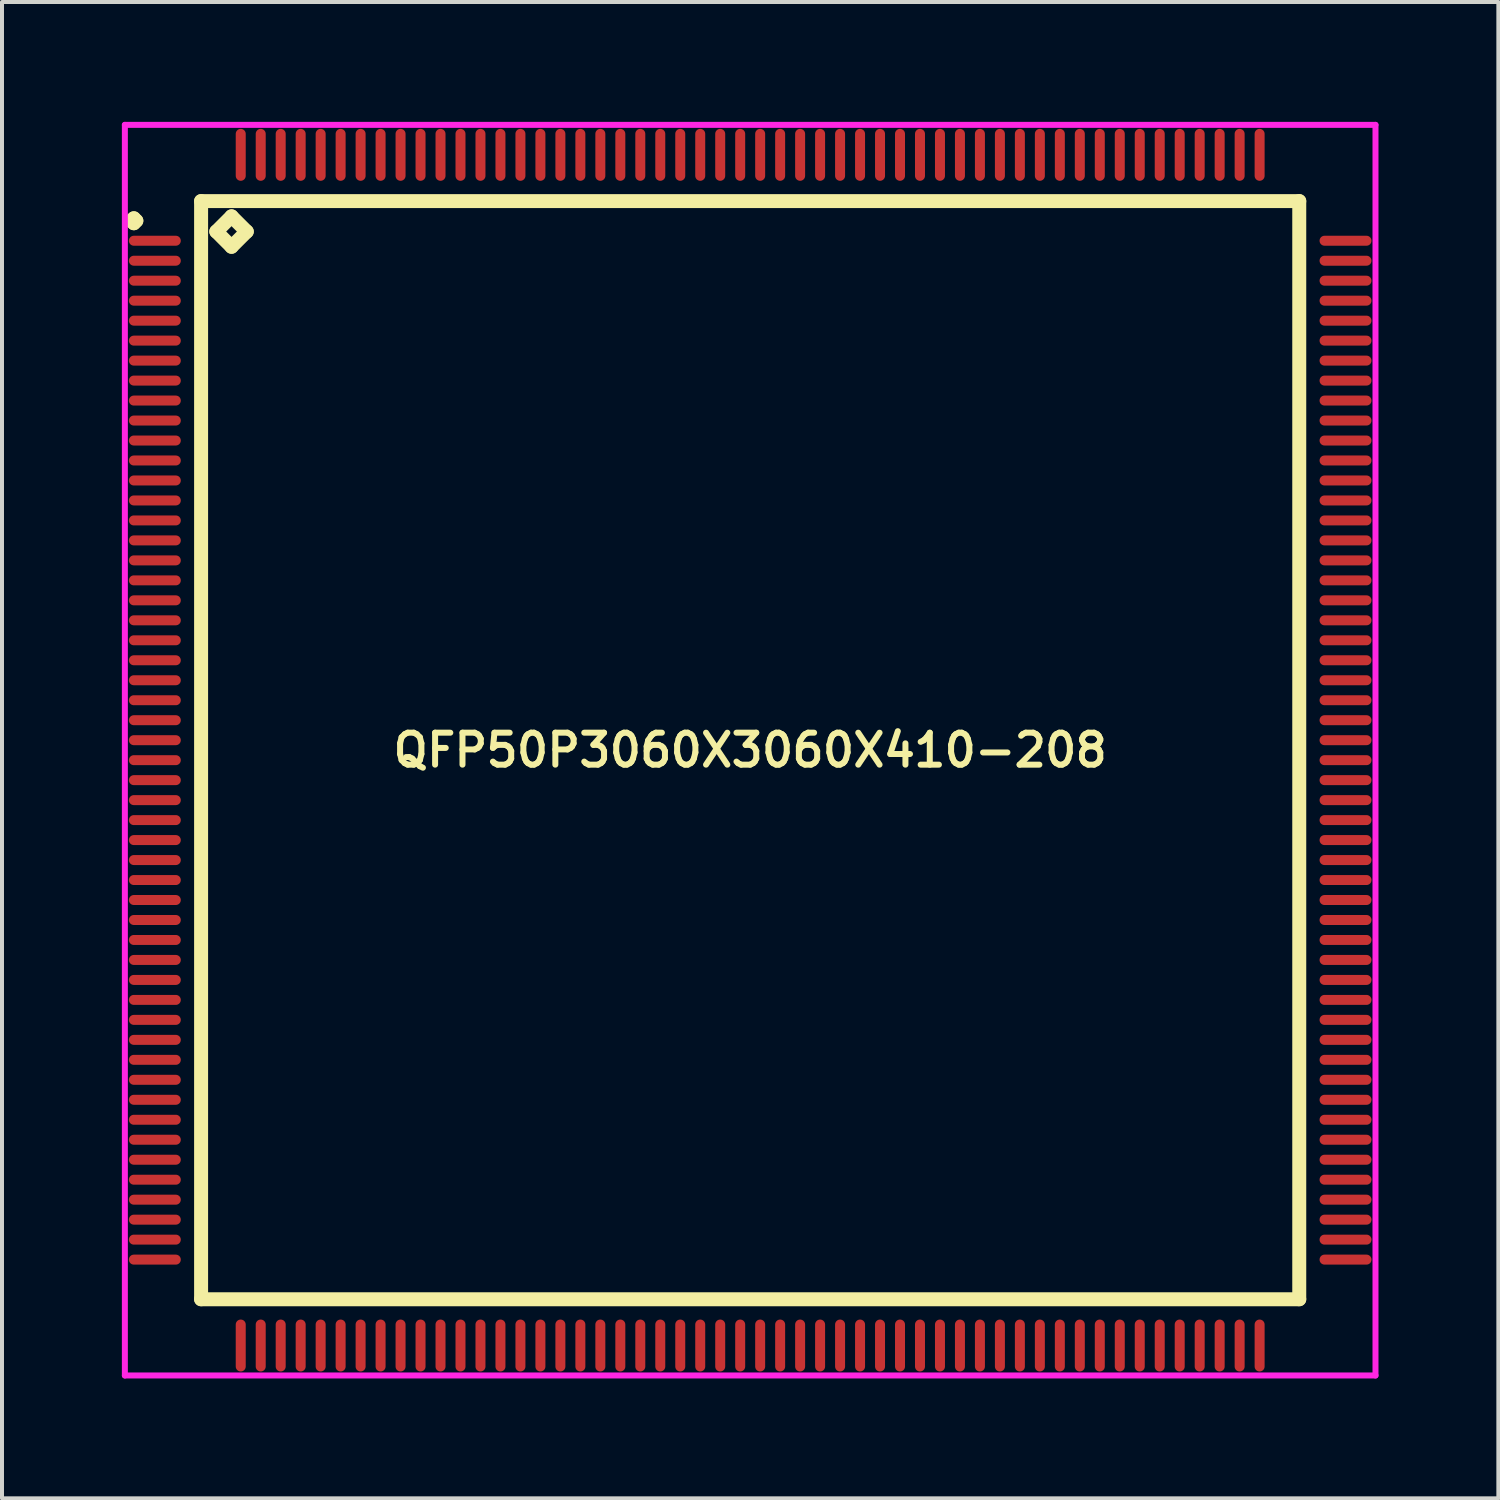
<source format=kicad_pcb>
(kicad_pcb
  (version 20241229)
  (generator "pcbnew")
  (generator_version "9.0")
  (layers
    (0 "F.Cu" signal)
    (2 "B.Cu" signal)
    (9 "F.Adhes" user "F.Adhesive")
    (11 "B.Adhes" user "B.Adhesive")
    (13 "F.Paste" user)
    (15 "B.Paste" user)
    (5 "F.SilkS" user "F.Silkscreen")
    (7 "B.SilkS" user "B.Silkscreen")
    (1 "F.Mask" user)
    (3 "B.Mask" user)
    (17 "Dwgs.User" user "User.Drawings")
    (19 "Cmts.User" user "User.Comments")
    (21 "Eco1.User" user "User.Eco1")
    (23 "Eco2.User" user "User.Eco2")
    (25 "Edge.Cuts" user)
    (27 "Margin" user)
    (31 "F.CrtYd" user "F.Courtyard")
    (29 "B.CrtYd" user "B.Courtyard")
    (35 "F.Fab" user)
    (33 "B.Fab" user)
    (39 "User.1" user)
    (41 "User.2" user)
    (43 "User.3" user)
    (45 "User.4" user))
  (footprint "QFP50P3060X3060X410-208"
    (layer "F.Cu")
    (at 15.725 15.725)
    (property "Reference" "QFP50P3060X3060X410-208" (at 0 0 0) (layer "F.SilkS") (effects (font (size 0.8 0.8) (thickness 0.15))))
    (attr smd)
    (fp_line (start -15.488 -13.25) (end -15.425 -13.312) (stroke (width 0.35) (type solid)) (layer "F.SilkS"))
    (fp_line (start -15.425 -13.312) (end -15.363 -13.25) (stroke (width 0.35) (type solid)) (layer "F.SilkS"))
    (fp_line (start -15.425 -13.188) (end -15.488 -13.25) (stroke (width 0.35) (type solid)) (layer "F.SilkS"))
    (fp_line (start -15.363 -13.25) (end -15.425 -13.188) (stroke (width 0.35) (type solid)) (layer "F.SilkS"))
    (fp_line (start -13.742 -13.742) (end -13.742 13.742) (stroke (width 0.35) (type solid)) (layer "F.SilkS"))
    (fp_line (start -13.742 13.742) (end 13.742 13.742) (stroke (width 0.35) (type solid)) (layer "F.SilkS"))
    (fp_line (start -13.361 -12.98) (end -12.98 -13.361) (stroke (width 0.35) (type solid)) (layer "F.SilkS"))
    (fp_line (start -12.98 -13.361) (end -12.599 -12.98) (stroke (width 0.35) (type solid)) (layer "F.SilkS"))
    (fp_line (start -12.98 -12.599) (end -13.361 -12.98) (stroke (width 0.35) (type solid)) (layer "F.SilkS"))
    (fp_line (start -12.599 -12.98) (end -12.98 -12.599) (stroke (width 0.35) (type solid)) (layer "F.SilkS"))
    (fp_line (start 13.742 -13.742) (end -13.742 -13.742) (stroke (width 0.35) (type solid)) (layer "F.SilkS"))
    (fp_line (start 13.742 13.742) (end 13.742 -13.742) (stroke (width 0.35) (type solid)) (layer "F.SilkS"))
    (fp_line (start -15.65 -15.65) (end 15.65 -15.65) (stroke (width 0.15) (type solid)) (layer "F.CrtYd"))
    (fp_line (start -15.65 15.65) (end -15.65 -15.65) (stroke (width 0.15) (type solid)) (layer "F.CrtYd"))
    (fp_line (start 15.65 -15.65) (end 15.65 15.65) (stroke (width 0.15) (type solid)) (layer "F.CrtYd"))
    (fp_line (start 15.65 15.65) (end -15.65 15.65) (stroke (width 0.15) (type solid)) (layer "F.CrtYd"))
    (pad "1" smd oval (at -14.9 -12.75) (size 1.3 0.25) (layers "F.Cu" "F.Mask" "F.Paste"))
    (pad "2" smd oval (at -14.9 -12.25) (size 1.3 0.25) (layers "F.Cu" "F.Mask" "F.Paste"))
    (pad "3" smd oval (at -14.9 -11.75) (size 1.3 0.25) (layers "F.Cu" "F.Mask" "F.Paste"))
    (pad "4" smd oval (at -14.9 -11.25) (size 1.3 0.25) (layers "F.Cu" "F.Mask" "F.Paste"))
    (pad "5" smd oval (at -14.9 -10.75) (size 1.3 0.25) (layers "F.Cu" "F.Mask" "F.Paste"))
    (pad "6" smd oval (at -14.9 -10.25) (size 1.3 0.25) (layers "F.Cu" "F.Mask" "F.Paste"))
    (pad "7" smd oval (at -14.9 -9.75) (size 1.3 0.25) (layers "F.Cu" "F.Mask" "F.Paste"))
    (pad "8" smd oval (at -14.9 -9.25) (size 1.3 0.25) (layers "F.Cu" "F.Mask" "F.Paste"))
    (pad "9" smd oval (at -14.9 -8.75) (size 1.3 0.25) (layers "F.Cu" "F.Mask" "F.Paste"))
    (pad "10" smd oval (at -14.9 -8.25) (size 1.3 0.25) (layers "F.Cu" "F.Mask" "F.Paste"))
    (pad "11" smd oval (at -14.9 -7.75) (size 1.3 0.25) (layers "F.Cu" "F.Mask" "F.Paste"))
    (pad "12" smd oval (at -14.9 -7.25) (size 1.3 0.25) (layers "F.Cu" "F.Mask" "F.Paste"))
    (pad "13" smd oval (at -14.9 -6.75) (size 1.3 0.25) (layers "F.Cu" "F.Mask" "F.Paste"))
    (pad "14" smd oval (at -14.9 -6.25) (size 1.3 0.25) (layers "F.Cu" "F.Mask" "F.Paste"))
    (pad "15" smd oval (at -14.9 -5.75) (size 1.3 0.25) (layers "F.Cu" "F.Mask" "F.Paste"))
    (pad "16" smd oval (at -14.9 -5.25) (size 1.3 0.25) (layers "F.Cu" "F.Mask" "F.Paste"))
    (pad "17" smd oval (at -14.9 -4.75) (size 1.3 0.25) (layers "F.Cu" "F.Mask" "F.Paste"))
    (pad "18" smd oval (at -14.9 -4.25) (size 1.3 0.25) (layers "F.Cu" "F.Mask" "F.Paste"))
    (pad "19" smd oval (at -14.9 -3.75) (size 1.3 0.25) (layers "F.Cu" "F.Mask" "F.Paste"))
    (pad "20" smd oval (at -14.9 -3.25) (size 1.3 0.25) (layers "F.Cu" "F.Mask" "F.Paste"))
    (pad "21" smd oval (at -14.9 -2.75) (size 1.3 0.25) (layers "F.Cu" "F.Mask" "F.Paste"))
    (pad "22" smd oval (at -14.9 -2.25) (size 1.3 0.25) (layers "F.Cu" "F.Mask" "F.Paste"))
    (pad "23" smd oval (at -14.9 -1.75) (size 1.3 0.25) (layers "F.Cu" "F.Mask" "F.Paste"))
    (pad "24" smd oval (at -14.9 -1.25) (size 1.3 0.25) (layers "F.Cu" "F.Mask" "F.Paste"))
    (pad "25" smd oval (at -14.9 -0.75) (size 1.3 0.25) (layers "F.Cu" "F.Mask" "F.Paste"))
    (pad "26" smd oval (at -14.9 -0.25) (size 1.3 0.25) (layers "F.Cu" "F.Mask" "F.Paste"))
    (pad "27" smd oval (at -14.9 0.25) (size 1.3 0.25) (layers "F.Cu" "F.Mask" "F.Paste"))
    (pad "28" smd oval (at -14.9 0.75) (size 1.3 0.25) (layers "F.Cu" "F.Mask" "F.Paste"))
    (pad "29" smd oval (at -14.9 1.25) (size 1.3 0.25) (layers "F.Cu" "F.Mask" "F.Paste"))
    (pad "30" smd oval (at -14.9 1.75) (size 1.3 0.25) (layers "F.Cu" "F.Mask" "F.Paste"))
    (pad "31" smd oval (at -14.9 2.25) (size 1.3 0.25) (layers "F.Cu" "F.Mask" "F.Paste"))
    (pad "32" smd oval (at -14.9 2.75) (size 1.3 0.25) (layers "F.Cu" "F.Mask" "F.Paste"))
    (pad "33" smd oval (at -14.9 3.25) (size 1.3 0.25) (layers "F.Cu" "F.Mask" "F.Paste"))
    (pad "34" smd oval (at -14.9 3.75) (size 1.3 0.25) (layers "F.Cu" "F.Mask" "F.Paste"))
    (pad "35" smd oval (at -14.9 4.25) (size 1.3 0.25) (layers "F.Cu" "F.Mask" "F.Paste"))
    (pad "36" smd oval (at -14.9 4.75) (size 1.3 0.25) (layers "F.Cu" "F.Mask" "F.Paste"))
    (pad "37" smd oval (at -14.9 5.25) (size 1.3 0.25) (layers "F.Cu" "F.Mask" "F.Paste"))
    (pad "38" smd oval (at -14.9 5.75) (size 1.3 0.25) (layers "F.Cu" "F.Mask" "F.Paste"))
    (pad "39" smd oval (at -14.9 6.25) (size 1.3 0.25) (layers "F.Cu" "F.Mask" "F.Paste"))
    (pad "40" smd oval (at -14.9 6.75) (size 1.3 0.25) (layers "F.Cu" "F.Mask" "F.Paste"))
    (pad "41" smd oval (at -14.9 7.25) (size 1.3 0.25) (layers "F.Cu" "F.Mask" "F.Paste"))
    (pad "42" smd oval (at -14.9 7.75) (size 1.3 0.25) (layers "F.Cu" "F.Mask" "F.Paste"))
    (pad "43" smd oval (at -14.9 8.25) (size 1.3 0.25) (layers "F.Cu" "F.Mask" "F.Paste"))
    (pad "44" smd oval (at -14.9 8.75) (size 1.3 0.25) (layers "F.Cu" "F.Mask" "F.Paste"))
    (pad "45" smd oval (at -14.9 9.25) (size 1.3 0.25) (layers "F.Cu" "F.Mask" "F.Paste"))
    (pad "46" smd oval (at -14.9 9.75) (size 1.3 0.25) (layers "F.Cu" "F.Mask" "F.Paste"))
    (pad "47" smd oval (at -14.9 10.25) (size 1.3 0.25) (layers "F.Cu" "F.Mask" "F.Paste"))
    (pad "48" smd oval (at -14.9 10.75) (size 1.3 0.25) (layers "F.Cu" "F.Mask" "F.Paste"))
    (pad "49" smd oval (at -14.9 11.25) (size 1.3 0.25) (layers "F.Cu" "F.Mask" "F.Paste"))
    (pad "50" smd oval (at -14.9 11.75) (size 1.3 0.25) (layers "F.Cu" "F.Mask" "F.Paste"))
    (pad "51" smd oval (at -14.9 12.25) (size 1.3 0.25) (layers "F.Cu" "F.Mask" "F.Paste"))
    (pad "52" smd oval (at -14.9 12.75) (size 1.3 0.25) (layers "F.Cu" "F.Mask" "F.Paste"))
    (pad "53" smd oval (at -12.75 14.9) (size 0.25 1.3) (layers "F.Cu" "F.Mask" "F.Paste"))
    (pad "54" smd oval (at -12.25 14.9) (size 0.25 1.3) (layers "F.Cu" "F.Mask" "F.Paste"))
    (pad "55" smd oval (at -11.75 14.9) (size 0.25 1.3) (layers "F.Cu" "F.Mask" "F.Paste"))
    (pad "56" smd oval (at -11.25 14.9) (size 0.25 1.3) (layers "F.Cu" "F.Mask" "F.Paste"))
    (pad "57" smd oval (at -10.75 14.9) (size 0.25 1.3) (layers "F.Cu" "F.Mask" "F.Paste"))
    (pad "58" smd oval (at -10.25 14.9) (size 0.25 1.3) (layers "F.Cu" "F.Mask" "F.Paste"))
    (pad "59" smd oval (at -9.75 14.9) (size 0.25 1.3) (layers "F.Cu" "F.Mask" "F.Paste"))
    (pad "60" smd oval (at -9.25 14.9) (size 0.25 1.3) (layers "F.Cu" "F.Mask" "F.Paste"))
    (pad "61" smd oval (at -8.75 14.9) (size 0.25 1.3) (layers "F.Cu" "F.Mask" "F.Paste"))
    (pad "62" smd oval (at -8.25 14.9) (size 0.25 1.3) (layers "F.Cu" "F.Mask" "F.Paste"))
    (pad "63" smd oval (at -7.75 14.9) (size 0.25 1.3) (layers "F.Cu" "F.Mask" "F.Paste"))
    (pad "64" smd oval (at -7.25 14.9) (size 0.25 1.3) (layers "F.Cu" "F.Mask" "F.Paste"))
    (pad "65" smd oval (at -6.75 14.9) (size 0.25 1.3) (layers "F.Cu" "F.Mask" "F.Paste"))
    (pad "66" smd oval (at -6.25 14.9) (size 0.25 1.3) (layers "F.Cu" "F.Mask" "F.Paste"))
    (pad "67" smd oval (at -5.75 14.9) (size 0.25 1.3) (layers "F.Cu" "F.Mask" "F.Paste"))
    (pad "68" smd oval (at -5.25 14.9) (size 0.25 1.3) (layers "F.Cu" "F.Mask" "F.Paste"))
    (pad "69" smd oval (at -4.75 14.9) (size 0.25 1.3) (layers "F.Cu" "F.Mask" "F.Paste"))
    (pad "70" smd oval (at -4.25 14.9) (size 0.25 1.3) (layers "F.Cu" "F.Mask" "F.Paste"))
    (pad "71" smd oval (at -3.75 14.9) (size 0.25 1.3) (layers "F.Cu" "F.Mask" "F.Paste"))
    (pad "72" smd oval (at -3.25 14.9) (size 0.25 1.3) (layers "F.Cu" "F.Mask" "F.Paste"))
    (pad "73" smd oval (at -2.75 14.9) (size 0.25 1.3) (layers "F.Cu" "F.Mask" "F.Paste"))
    (pad "74" smd oval (at -2.25 14.9) (size 0.25 1.3) (layers "F.Cu" "F.Mask" "F.Paste"))
    (pad "75" smd oval (at -1.75 14.9) (size 0.25 1.3) (layers "F.Cu" "F.Mask" "F.Paste"))
    (pad "76" smd oval (at -1.25 14.9) (size 0.25 1.3) (layers "F.Cu" "F.Mask" "F.Paste"))
    (pad "77" smd oval (at -0.75 14.9) (size 0.25 1.3) (layers "F.Cu" "F.Mask" "F.Paste"))
    (pad "78" smd oval (at -0.25 14.9) (size 0.25 1.3) (layers "F.Cu" "F.Mask" "F.Paste"))
    (pad "79" smd oval (at 0.25 14.9) (size 0.25 1.3) (layers "F.Cu" "F.Mask" "F.Paste"))
    (pad "80" smd oval (at 0.75 14.9) (size 0.25 1.3) (layers "F.Cu" "F.Mask" "F.Paste"))
    (pad "81" smd oval (at 1.25 14.9) (size 0.25 1.3) (layers "F.Cu" "F.Mask" "F.Paste"))
    (pad "82" smd oval (at 1.75 14.9) (size 0.25 1.3) (layers "F.Cu" "F.Mask" "F.Paste"))
    (pad "83" smd oval (at 2.25 14.9) (size 0.25 1.3) (layers "F.Cu" "F.Mask" "F.Paste"))
    (pad "84" smd oval (at 2.75 14.9) (size 0.25 1.3) (layers "F.Cu" "F.Mask" "F.Paste"))
    (pad "85" smd oval (at 3.25 14.9) (size 0.25 1.3) (layers "F.Cu" "F.Mask" "F.Paste"))
    (pad "86" smd oval (at 3.75 14.9) (size 0.25 1.3) (layers "F.Cu" "F.Mask" "F.Paste"))
    (pad "87" smd oval (at 4.25 14.9) (size 0.25 1.3) (layers "F.Cu" "F.Mask" "F.Paste"))
    (pad "88" smd oval (at 4.75 14.9) (size 0.25 1.3) (layers "F.Cu" "F.Mask" "F.Paste"))
    (pad "89" smd oval (at 5.25 14.9) (size 0.25 1.3) (layers "F.Cu" "F.Mask" "F.Paste"))
    (pad "90" smd oval (at 5.75 14.9) (size 0.25 1.3) (layers "F.Cu" "F.Mask" "F.Paste"))
    (pad "91" smd oval (at 6.25 14.9) (size 0.25 1.3) (layers "F.Cu" "F.Mask" "F.Paste"))
    (pad "92" smd oval (at 6.75 14.9) (size 0.25 1.3) (layers "F.Cu" "F.Mask" "F.Paste"))
    (pad "93" smd oval (at 7.25 14.9) (size 0.25 1.3) (layers "F.Cu" "F.Mask" "F.Paste"))
    (pad "94" smd oval (at 7.75 14.9) (size 0.25 1.3) (layers "F.Cu" "F.Mask" "F.Paste"))
    (pad "95" smd oval (at 8.25 14.9) (size 0.25 1.3) (layers "F.Cu" "F.Mask" "F.Paste"))
    (pad "96" smd oval (at 8.75 14.9) (size 0.25 1.3) (layers "F.Cu" "F.Mask" "F.Paste"))
    (pad "97" smd oval (at 9.25 14.9) (size 0.25 1.3) (layers "F.Cu" "F.Mask" "F.Paste"))
    (pad "98" smd oval (at 9.75 14.9) (size 0.25 1.3) (layers "F.Cu" "F.Mask" "F.Paste"))
    (pad "99" smd oval (at 10.25 14.9) (size 0.25 1.3) (layers "F.Cu" "F.Mask" "F.Paste"))
    (pad "100" smd oval (at 10.75 14.9) (size 0.25 1.3) (layers "F.Cu" "F.Mask" "F.Paste"))
    (pad "101" smd oval (at 11.25 14.9) (size 0.25 1.3) (layers "F.Cu" "F.Mask" "F.Paste"))
    (pad "102" smd oval (at 11.75 14.9) (size 0.25 1.3) (layers "F.Cu" "F.Mask" "F.Paste"))
    (pad "103" smd oval (at 12.25 14.9) (size 0.25 1.3) (layers "F.Cu" "F.Mask" "F.Paste"))
    (pad "104" smd oval (at 12.75 14.9) (size 0.25 1.3) (layers "F.Cu" "F.Mask" "F.Paste"))
    (pad "105" smd oval (at 14.9 12.75) (size 1.3 0.25) (layers "F.Cu" "F.Mask" "F.Paste"))
    (pad "106" smd oval (at 14.9 12.25) (size 1.3 0.25) (layers "F.Cu" "F.Mask" "F.Paste"))
    (pad "107" smd oval (at 14.9 11.75) (size 1.3 0.25) (layers "F.Cu" "F.Mask" "F.Paste"))
    (pad "108" smd oval (at 14.9 11.25) (size 1.3 0.25) (layers "F.Cu" "F.Mask" "F.Paste"))
    (pad "109" smd oval (at 14.9 10.75) (size 1.3 0.25) (layers "F.Cu" "F.Mask" "F.Paste"))
    (pad "110" smd oval (at 14.9 10.25) (size 1.3 0.25) (layers "F.Cu" "F.Mask" "F.Paste"))
    (pad "111" smd oval (at 14.9 9.75) (size 1.3 0.25) (layers "F.Cu" "F.Mask" "F.Paste"))
    (pad "112" smd oval (at 14.9 9.25) (size 1.3 0.25) (layers "F.Cu" "F.Mask" "F.Paste"))
    (pad "113" smd oval (at 14.9 8.75) (size 1.3 0.25) (layers "F.Cu" "F.Mask" "F.Paste"))
    (pad "114" smd oval (at 14.9 8.25) (size 1.3 0.25) (layers "F.Cu" "F.Mask" "F.Paste"))
    (pad "115" smd oval (at 14.9 7.75) (size 1.3 0.25) (layers "F.Cu" "F.Mask" "F.Paste"))
    (pad "116" smd oval (at 14.9 7.25) (size 1.3 0.25) (layers "F.Cu" "F.Mask" "F.Paste"))
    (pad "117" smd oval (at 14.9 6.75) (size 1.3 0.25) (layers "F.Cu" "F.Mask" "F.Paste"))
    (pad "118" smd oval (at 14.9 6.25) (size 1.3 0.25) (layers "F.Cu" "F.Mask" "F.Paste"))
    (pad "119" smd oval (at 14.9 5.75) (size 1.3 0.25) (layers "F.Cu" "F.Mask" "F.Paste"))
    (pad "120" smd oval (at 14.9 5.25) (size 1.3 0.25) (layers "F.Cu" "F.Mask" "F.Paste"))
    (pad "121" smd oval (at 14.9 4.75) (size 1.3 0.25) (layers "F.Cu" "F.Mask" "F.Paste"))
    (pad "122" smd oval (at 14.9 4.25) (size 1.3 0.25) (layers "F.Cu" "F.Mask" "F.Paste"))
    (pad "123" smd oval (at 14.9 3.75) (size 1.3 0.25) (layers "F.Cu" "F.Mask" "F.Paste"))
    (pad "124" smd oval (at 14.9 3.25) (size 1.3 0.25) (layers "F.Cu" "F.Mask" "F.Paste"))
    (pad "125" smd oval (at 14.9 2.75) (size 1.3 0.25) (layers "F.Cu" "F.Mask" "F.Paste"))
    (pad "126" smd oval (at 14.9 2.25) (size 1.3 0.25) (layers "F.Cu" "F.Mask" "F.Paste"))
    (pad "127" smd oval (at 14.9 1.75) (size 1.3 0.25) (layers "F.Cu" "F.Mask" "F.Paste"))
    (pad "128" smd oval (at 14.9 1.25) (size 1.3 0.25) (layers "F.Cu" "F.Mask" "F.Paste"))
    (pad "129" smd oval (at 14.9 0.75) (size 1.3 0.25) (layers "F.Cu" "F.Mask" "F.Paste"))
    (pad "130" smd oval (at 14.9 0.25) (size 1.3 0.25) (layers "F.Cu" "F.Mask" "F.Paste"))
    (pad "131" smd oval (at 14.9 -0.25) (size 1.3 0.25) (layers "F.Cu" "F.Mask" "F.Paste"))
    (pad "132" smd oval (at 14.9 -0.75) (size 1.3 0.25) (layers "F.Cu" "F.Mask" "F.Paste"))
    (pad "133" smd oval (at 14.9 -1.25) (size 1.3 0.25) (layers "F.Cu" "F.Mask" "F.Paste"))
    (pad "134" smd oval (at 14.9 -1.75) (size 1.3 0.25) (layers "F.Cu" "F.Mask" "F.Paste"))
    (pad "135" smd oval (at 14.9 -2.25) (size 1.3 0.25) (layers "F.Cu" "F.Mask" "F.Paste"))
    (pad "136" smd oval (at 14.9 -2.75) (size 1.3 0.25) (layers "F.Cu" "F.Mask" "F.Paste"))
    (pad "137" smd oval (at 14.9 -3.25) (size 1.3 0.25) (layers "F.Cu" "F.Mask" "F.Paste"))
    (pad "138" smd oval (at 14.9 -3.75) (size 1.3 0.25) (layers "F.Cu" "F.Mask" "F.Paste"))
    (pad "139" smd oval (at 14.9 -4.25) (size 1.3 0.25) (layers "F.Cu" "F.Mask" "F.Paste"))
    (pad "140" smd oval (at 14.9 -4.75) (size 1.3 0.25) (layers "F.Cu" "F.Mask" "F.Paste"))
    (pad "141" smd oval (at 14.9 -5.25) (size 1.3 0.25) (layers "F.Cu" "F.Mask" "F.Paste"))
    (pad "142" smd oval (at 14.9 -5.75) (size 1.3 0.25) (layers "F.Cu" "F.Mask" "F.Paste"))
    (pad "143" smd oval (at 14.9 -6.25) (size 1.3 0.25) (layers "F.Cu" "F.Mask" "F.Paste"))
    (pad "144" smd oval (at 14.9 -6.75) (size 1.3 0.25) (layers "F.Cu" "F.Mask" "F.Paste"))
    (pad "145" smd oval (at 14.9 -7.25) (size 1.3 0.25) (layers "F.Cu" "F.Mask" "F.Paste"))
    (pad "146" smd oval (at 14.9 -7.75) (size 1.3 0.25) (layers "F.Cu" "F.Mask" "F.Paste"))
    (pad "147" smd oval (at 14.9 -8.25) (size 1.3 0.25) (layers "F.Cu" "F.Mask" "F.Paste"))
    (pad "148" smd oval (at 14.9 -8.75) (size 1.3 0.25) (layers "F.Cu" "F.Mask" "F.Paste"))
    (pad "149" smd oval (at 14.9 -9.25) (size 1.3 0.25) (layers "F.Cu" "F.Mask" "F.Paste"))
    (pad "150" smd oval (at 14.9 -9.75) (size 1.3 0.25) (layers "F.Cu" "F.Mask" "F.Paste"))
    (pad "151" smd oval (at 14.9 -10.25) (size 1.3 0.25) (layers "F.Cu" "F.Mask" "F.Paste"))
    (pad "152" smd oval (at 14.9 -10.75) (size 1.3 0.25) (layers "F.Cu" "F.Mask" "F.Paste"))
    (pad "153" smd oval (at 14.9 -11.25) (size 1.3 0.25) (layers "F.Cu" "F.Mask" "F.Paste"))
    (pad "154" smd oval (at 14.9 -11.75) (size 1.3 0.25) (layers "F.Cu" "F.Mask" "F.Paste"))
    (pad "155" smd oval (at 14.9 -12.25) (size 1.3 0.25) (layers "F.Cu" "F.Mask" "F.Paste"))
    (pad "156" smd oval (at 14.9 -12.75) (size 1.3 0.25) (layers "F.Cu" "F.Mask" "F.Paste"))
    (pad "157" smd oval (at 12.75 -14.9) (size 0.25 1.3) (layers "F.Cu" "F.Mask" "F.Paste"))
    (pad "158" smd oval (at 12.25 -14.9) (size 0.25 1.3) (layers "F.Cu" "F.Mask" "F.Paste"))
    (pad "159" smd oval (at 11.75 -14.9) (size 0.25 1.3) (layers "F.Cu" "F.Mask" "F.Paste"))
    (pad "160" smd oval (at 11.25 -14.9) (size 0.25 1.3) (layers "F.Cu" "F.Mask" "F.Paste"))
    (pad "161" smd oval (at 10.75 -14.9) (size 0.25 1.3) (layers "F.Cu" "F.Mask" "F.Paste"))
    (pad "162" smd oval (at 10.25 -14.9) (size 0.25 1.3) (layers "F.Cu" "F.Mask" "F.Paste"))
    (pad "163" smd oval (at 9.75 -14.9) (size 0.25 1.3) (layers "F.Cu" "F.Mask" "F.Paste"))
    (pad "164" smd oval (at 9.25 -14.9) (size 0.25 1.3) (layers "F.Cu" "F.Mask" "F.Paste"))
    (pad "165" smd oval (at 8.75 -14.9) (size 0.25 1.3) (layers "F.Cu" "F.Mask" "F.Paste"))
    (pad "166" smd oval (at 8.25 -14.9) (size 0.25 1.3) (layers "F.Cu" "F.Mask" "F.Paste"))
    (pad "167" smd oval (at 7.75 -14.9) (size 0.25 1.3) (layers "F.Cu" "F.Mask" "F.Paste"))
    (pad "168" smd oval (at 7.25 -14.9) (size 0.25 1.3) (layers "F.Cu" "F.Mask" "F.Paste"))
    (pad "169" smd oval (at 6.75 -14.9) (size 0.25 1.3) (layers "F.Cu" "F.Mask" "F.Paste"))
    (pad "170" smd oval (at 6.25 -14.9) (size 0.25 1.3) (layers "F.Cu" "F.Mask" "F.Paste"))
    (pad "171" smd oval (at 5.75 -14.9) (size 0.25 1.3) (layers "F.Cu" "F.Mask" "F.Paste"))
    (pad "172" smd oval (at 5.25 -14.9) (size 0.25 1.3) (layers "F.Cu" "F.Mask" "F.Paste"))
    (pad "173" smd oval (at 4.75 -14.9) (size 0.25 1.3) (layers "F.Cu" "F.Mask" "F.Paste"))
    (pad "174" smd oval (at 4.25 -14.9) (size 0.25 1.3) (layers "F.Cu" "F.Mask" "F.Paste"))
    (pad "175" smd oval (at 3.75 -14.9) (size 0.25 1.3) (layers "F.Cu" "F.Mask" "F.Paste"))
    (pad "176" smd oval (at 3.25 -14.9) (size 0.25 1.3) (layers "F.Cu" "F.Mask" "F.Paste"))
    (pad "177" smd oval (at 2.75 -14.9) (size 0.25 1.3) (layers "F.Cu" "F.Mask" "F.Paste"))
    (pad "178" smd oval (at 2.25 -14.9) (size 0.25 1.3) (layers "F.Cu" "F.Mask" "F.Paste"))
    (pad "179" smd oval (at 1.75 -14.9) (size 0.25 1.3) (layers "F.Cu" "F.Mask" "F.Paste"))
    (pad "180" smd oval (at 1.25 -14.9) (size 0.25 1.3) (layers "F.Cu" "F.Mask" "F.Paste"))
    (pad "181" smd oval (at 0.75 -14.9) (size 0.25 1.3) (layers "F.Cu" "F.Mask" "F.Paste"))
    (pad "182" smd oval (at 0.25 -14.9) (size 0.25 1.3) (layers "F.Cu" "F.Mask" "F.Paste"))
    (pad "183" smd oval (at -0.25 -14.9) (size 0.25 1.3) (layers "F.Cu" "F.Mask" "F.Paste"))
    (pad "184" smd oval (at -0.75 -14.9) (size 0.25 1.3) (layers "F.Cu" "F.Mask" "F.Paste"))
    (pad "185" smd oval (at -1.25 -14.9) (size 0.25 1.3) (layers "F.Cu" "F.Mask" "F.Paste"))
    (pad "186" smd oval (at -1.75 -14.9) (size 0.25 1.3) (layers "F.Cu" "F.Mask" "F.Paste"))
    (pad "187" smd oval (at -2.25 -14.9) (size 0.25 1.3) (layers "F.Cu" "F.Mask" "F.Paste"))
    (pad "188" smd oval (at -2.75 -14.9) (size 0.25 1.3) (layers "F.Cu" "F.Mask" "F.Paste"))
    (pad "189" smd oval (at -3.25 -14.9) (size 0.25 1.3) (layers "F.Cu" "F.Mask" "F.Paste"))
    (pad "190" smd oval (at -3.75 -14.9) (size 0.25 1.3) (layers "F.Cu" "F.Mask" "F.Paste"))
    (pad "191" smd oval (at -4.25 -14.9) (size 0.25 1.3) (layers "F.Cu" "F.Mask" "F.Paste"))
    (pad "192" smd oval (at -4.75 -14.9) (size 0.25 1.3) (layers "F.Cu" "F.Mask" "F.Paste"))
    (pad "193" smd oval (at -5.25 -14.9) (size 0.25 1.3) (layers "F.Cu" "F.Mask" "F.Paste"))
    (pad "194" smd oval (at -5.75 -14.9) (size 0.25 1.3) (layers "F.Cu" "F.Mask" "F.Paste"))
    (pad "195" smd oval (at -6.25 -14.9) (size 0.25 1.3) (layers "F.Cu" "F.Mask" "F.Paste"))
    (pad "196" smd oval (at -6.75 -14.9) (size 0.25 1.3) (layers "F.Cu" "F.Mask" "F.Paste"))
    (pad "197" smd oval (at -7.25 -14.9) (size 0.25 1.3) (layers "F.Cu" "F.Mask" "F.Paste"))
    (pad "198" smd oval (at -7.75 -14.9) (size 0.25 1.3) (layers "F.Cu" "F.Mask" "F.Paste"))
    (pad "199" smd oval (at -8.25 -14.9) (size 0.25 1.3) (layers "F.Cu" "F.Mask" "F.Paste"))
    (pad "200" smd oval (at -8.75 -14.9) (size 0.25 1.3) (layers "F.Cu" "F.Mask" "F.Paste"))
    (pad "201" smd oval (at -9.25 -14.9) (size 0.25 1.3) (layers "F.Cu" "F.Mask" "F.Paste"))
    (pad "202" smd oval (at -9.75 -14.9) (size 0.25 1.3) (layers "F.Cu" "F.Mask" "F.Paste"))
    (pad "203" smd oval (at -10.25 -14.9) (size 0.25 1.3) (layers "F.Cu" "F.Mask" "F.Paste"))
    (pad "204" smd oval (at -10.75 -14.9) (size 0.25 1.3) (layers "F.Cu" "F.Mask" "F.Paste"))
    (pad "205" smd oval (at -11.25 -14.9) (size 0.25 1.3) (layers "F.Cu" "F.Mask" "F.Paste"))
    (pad "206" smd oval (at -11.75 -14.9) (size 0.25 1.3) (layers "F.Cu" "F.Mask" "F.Paste"))
    (pad "207" smd oval (at -12.25 -14.9) (size 0.25 1.3) (layers "F.Cu" "F.Mask" "F.Paste"))
    (pad "208" smd oval (at -12.75 -14.9) (size 0.25 1.3) (layers "F.Cu" "F.Mask" "F.Paste")))
  (gr_rect
    (start -3 -3)
    (end 34.45 34.45)
    (stroke (width 0.1) (type default))
    (fill no)
    (layer "Edge.Cuts")))
</source>
